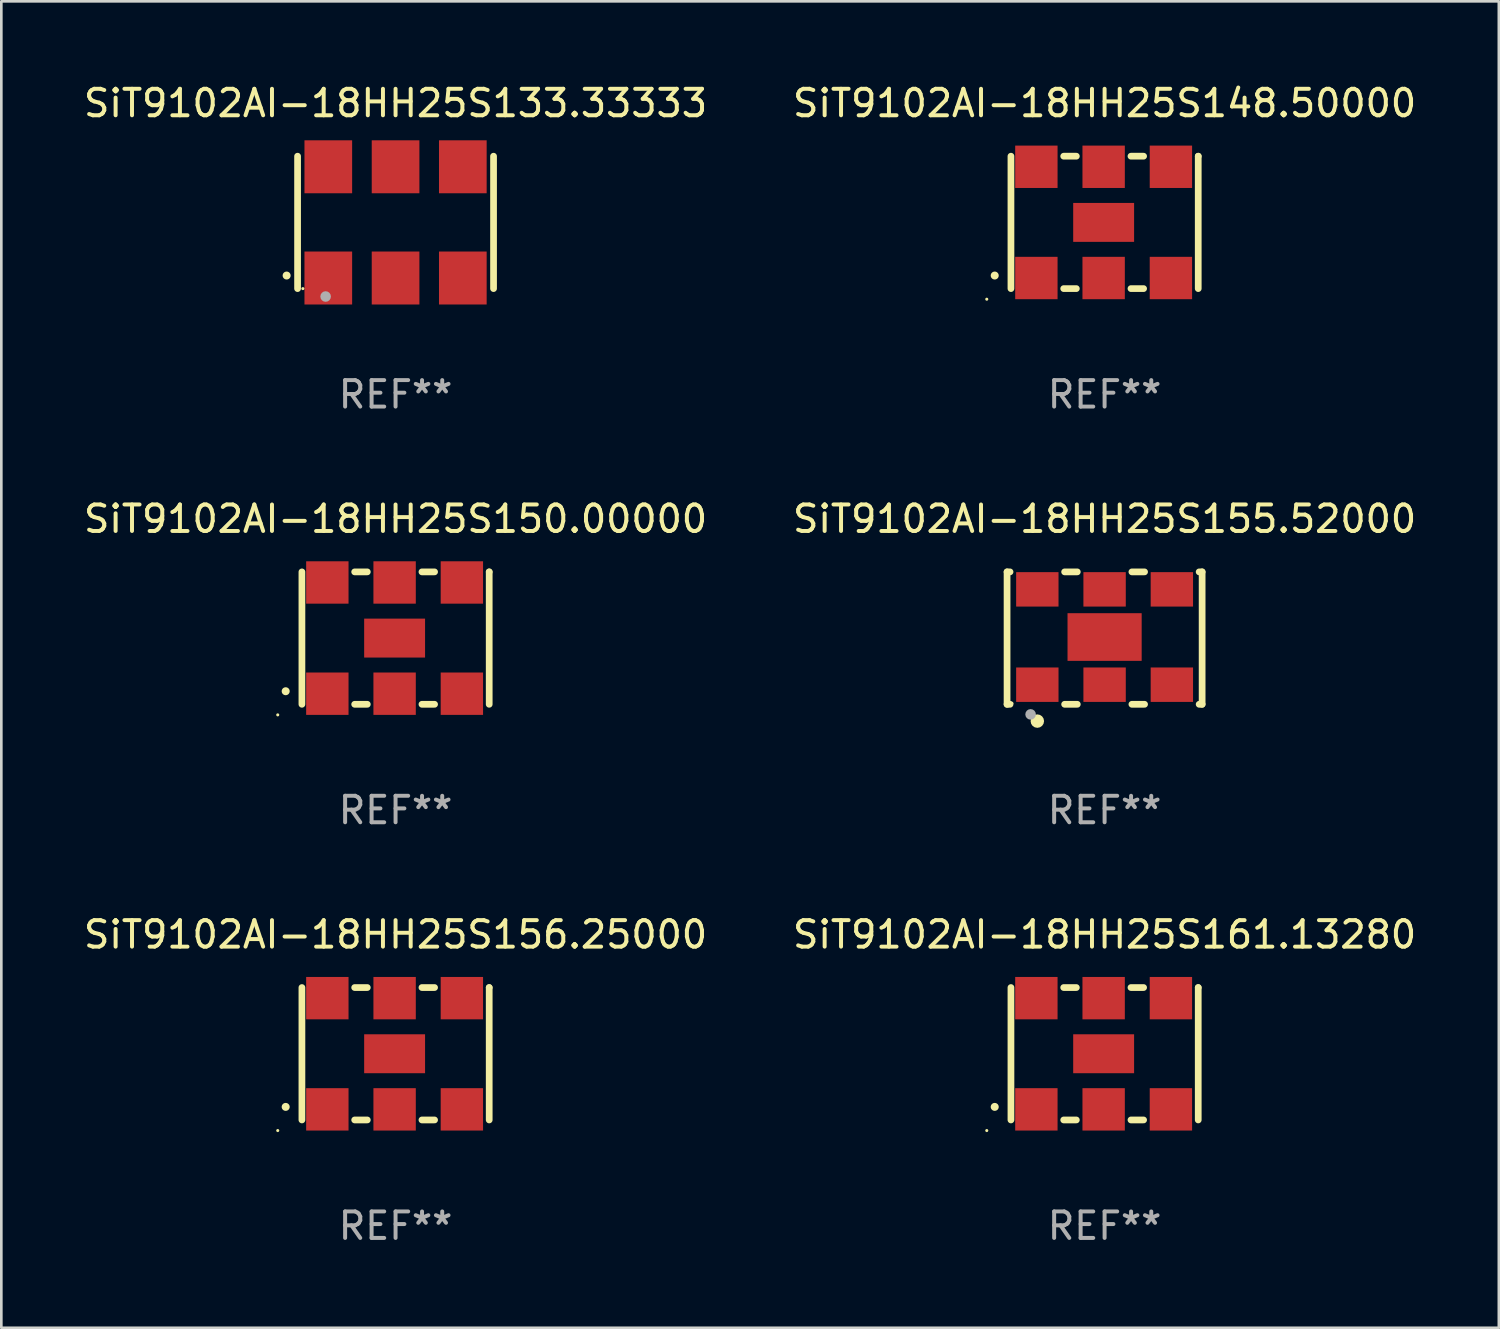
<source format=kicad_pcb>
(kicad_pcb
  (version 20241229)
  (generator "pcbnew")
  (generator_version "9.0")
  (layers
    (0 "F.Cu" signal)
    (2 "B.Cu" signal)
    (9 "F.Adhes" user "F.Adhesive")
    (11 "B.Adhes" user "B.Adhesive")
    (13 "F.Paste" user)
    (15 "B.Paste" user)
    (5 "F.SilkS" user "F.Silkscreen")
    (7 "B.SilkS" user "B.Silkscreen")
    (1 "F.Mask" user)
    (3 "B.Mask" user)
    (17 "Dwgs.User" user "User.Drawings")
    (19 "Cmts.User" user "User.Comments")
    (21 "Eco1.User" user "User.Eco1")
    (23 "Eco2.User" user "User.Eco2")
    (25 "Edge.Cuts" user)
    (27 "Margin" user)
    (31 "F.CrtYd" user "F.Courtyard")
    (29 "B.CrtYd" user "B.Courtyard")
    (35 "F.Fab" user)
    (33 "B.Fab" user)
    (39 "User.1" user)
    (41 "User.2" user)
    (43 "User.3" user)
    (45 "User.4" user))
  (footprint "SiT9102AI-18HH25S133.33333"
    (layer "F.Cu")
    (at 11.887 5.348)
    (property "Reference" "SiT9102AI-18HH25S133.33333" (at 0 -4.5 0) (layer "F.SilkS") (effects (font (size 1 1) (thickness 0.15))))
    (attr through_hole)
    (fp_line (start -3.7 -2.5) (end -3.7 2.5) (stroke (width 0.254) (type solid)) (layer "F.SilkS"))
    (fp_line (start 3.7 -2.5) (end 3.7 2.5) (stroke (width 0.254) (type solid)) (layer "F.SilkS"))
    (fp_arc (start -4.114415 2.006604) (mid -4.113145 2.006599) (end -4.111875 2.006604) (stroke (width 0.3) (type solid)) (layer "F.SilkS"))
    (fp_circle (center -3.5 2.501) (end -3.47 2.501) (stroke (width 0.06) (type solid)) (fill no) (layer "F.SilkS"))
    (fp_circle (center -2.641 2.799) (end -2.541 2.799) (stroke (width 0.2) (type solid)) (fill no) (layer "F.Fab"))
    (fp_text user "REF**" (at 0 6.5 0) (layer "F.Fab") (effects (font (size 1 1) (thickness 0.15))))
    (pad "1" smd rect (at -2.54 2.1) (size 1.8 2) (layers "F.Cu" "F.Mask" "F.Paste"))
    (pad "2" smd rect (at 0.000394 2.1) (size 1.8 2) (layers "F.Cu" "F.Mask" "F.Paste"))
    (pad "3" smd rect (at 2.54 2.1) (size 1.8 2) (layers "F.Cu" "F.Mask" "F.Paste"))
    (pad "4" smd rect (at 2.54 -2.1) (size 1.8 2) (layers "F.Cu" "F.Mask" "F.Paste"))
    (pad "5" smd rect (at 0.000394 -2.1) (size 1.8 2) (layers "F.Cu" "F.Mask" "F.Paste"))
    (pad "6" smd rect (at -2.54 -2.1) (size 1.8 2) (layers "F.Cu" "F.Mask" "F.Paste")))
  (footprint "SiT9102AI-18HH25S161.13280"
    (layer "F.Cu")
    (at 38.661 36.741)
    (property "Reference" "SiT9102AI-18HH25S161.13280" (at 0 -4.5 0) (layer "F.SilkS") (effects (font (size 1 1) (thickness 0.15))))
    (attr through_hole)
    (fp_line (start -3.536 -2.5) (end -3.536 2.5) (stroke (width 0.254) (type solid)) (layer "F.SilkS"))
    (fp_line (start -1.544 2.5) (end -1.067 2.5) (stroke (width 0.254) (type solid)) (layer "F.SilkS"))
    (fp_line (start -1.067 -2.5) (end -1.544 -2.5) (stroke (width 0.254) (type solid)) (layer "F.SilkS"))
    (fp_line (start 0.996 2.5) (end 1.473 2.5) (stroke (width 0.254) (type solid)) (layer "F.SilkS"))
    (fp_line (start 1.473 -2.5) (end 0.996 -2.5) (stroke (width 0.254) (type solid)) (layer "F.SilkS"))
    (fp_line (start 3.536 -2.5) (end 3.536 -2.5) (stroke (width 0.254) (type solid)) (layer "F.SilkS"))
    (fp_line (start 3.536 2.5) (end 3.536 -2.5) (stroke (width 0.254) (type solid)) (layer "F.SilkS"))
    (fp_arc (start -4.150432 2.006604) (mid -4.149162 2.006599) (end -4.147892 2.006604) (stroke (width 0.3) (type solid)) (layer "F.SilkS"))
    (fp_circle (center -4.449 2.9) (end -4.419 2.9) (stroke (width 0.06) (type solid)) (fill no) (layer "F.SilkS"))
    (fp_text user "REF**" (at 0 6.5 0) (layer "F.Fab") (effects (font (size 1 1) (thickness 0.15))))
    (pad "1" smd rect (at -2.576 2.1) (size 1.6 1.6) (layers "F.Cu" "F.Mask" "F.Paste"))
    (pad "2" smd rect (at -0.036 2.1) (size 1.6 1.6) (layers "F.Cu" "F.Mask" "F.Paste"))
    (pad "3" smd rect (at 2.504 2.1) (size 1.6 1.6) (layers "F.Cu" "F.Mask" "F.Paste"))
    (pad "4" smd rect (at 2.504 -2.1) (size 1.6 1.6) (layers "F.Cu" "F.Mask" "F.Paste"))
    (pad "5" smd rect (at -0.036 -2.1) (size 1.6 1.6) (layers "F.Cu" "F.Mask" "F.Paste"))
    (pad "6" smd rect (at -2.576 -2.1) (size 1.6 1.6) (layers "F.Cu" "F.Mask" "F.Paste"))
    (pad "7" smd rect (at -0.036 0) (size 2.3 1.47) (layers "F.Cu" "F.Mask" "F.Paste")))
  (footprint "SiT9102AI-18HH25S148.50000"
    (layer "F.Cu")
    (at 38.661 5.348)
    (property "Reference" "SiT9102AI-18HH25S148.50000" (at 0 -4.5 0) (layer "F.SilkS") (effects (font (size 1 1) (thickness 0.15))))
    (attr through_hole)
    (fp_line (start -3.536 -2.5) (end -3.536 2.5) (stroke (width 0.254) (type solid)) (layer "F.SilkS"))
    (fp_line (start -1.544 2.5) (end -1.067 2.5) (stroke (width 0.254) (type solid)) (layer "F.SilkS"))
    (fp_line (start -1.067 -2.5) (end -1.544 -2.5) (stroke (width 0.254) (type solid)) (layer "F.SilkS"))
    (fp_line (start 0.996 2.5) (end 1.473 2.5) (stroke (width 0.254) (type solid)) (layer "F.SilkS"))
    (fp_line (start 1.473 -2.5) (end 0.996 -2.5) (stroke (width 0.254) (type solid)) (layer "F.SilkS"))
    (fp_line (start 3.536 -2.5) (end 3.536 -2.5) (stroke (width 0.254) (type solid)) (layer "F.SilkS"))
    (fp_line (start 3.536 2.5) (end 3.536 -2.5) (stroke (width 0.254) (type solid)) (layer "F.SilkS"))
    (fp_arc (start -4.150432 2.006604) (mid -4.149162 2.006599) (end -4.147892 2.006604) (stroke (width 0.3) (type solid)) (layer "F.SilkS"))
    (fp_circle (center -4.449 2.9) (end -4.419 2.9) (stroke (width 0.06) (type solid)) (fill no) (layer "F.SilkS"))
    (fp_text user "REF**" (at 0 6.5 0) (layer "F.Fab") (effects (font (size 1 1) (thickness 0.15))))
    (pad "1" smd rect (at -2.576 2.1) (size 1.6 1.6) (layers "F.Cu" "F.Mask" "F.Paste"))
    (pad "2" smd rect (at -0.036 2.1) (size 1.6 1.6) (layers "F.Cu" "F.Mask" "F.Paste"))
    (pad "3" smd rect (at 2.504 2.1) (size 1.6 1.6) (layers "F.Cu" "F.Mask" "F.Paste"))
    (pad "4" smd rect (at 2.504 -2.1) (size 1.6 1.6) (layers "F.Cu" "F.Mask" "F.Paste"))
    (pad "5" smd rect (at -0.036 -2.1) (size 1.6 1.6) (layers "F.Cu" "F.Mask" "F.Paste"))
    (pad "6" smd rect (at -2.576 -2.1) (size 1.6 1.6) (layers "F.Cu" "F.Mask" "F.Paste"))
    (pad "7" smd rect (at -0.036 0) (size 2.3 1.47) (layers "F.Cu" "F.Mask" "F.Paste")))
  (footprint "SiT9102AI-18HH25S156.25000"
    (layer "F.Cu")
    (at 11.887 36.741)
    (property "Reference" "SiT9102AI-18HH25S156.25000" (at 0 -4.5 0) (layer "F.SilkS") (effects (font (size 1 1) (thickness 0.15))))
    (attr through_hole)
    (fp_line (start -3.536 -2.5) (end -3.536 2.5) (stroke (width 0.254) (type solid)) (layer "F.SilkS"))
    (fp_line (start -1.544 2.5) (end -1.067 2.5) (stroke (width 0.254) (type solid)) (layer "F.SilkS"))
    (fp_line (start -1.067 -2.5) (end -1.544 -2.5) (stroke (width 0.254) (type solid)) (layer "F.SilkS"))
    (fp_line (start 0.996 2.5) (end 1.473 2.5) (stroke (width 0.254) (type solid)) (layer "F.SilkS"))
    (fp_line (start 1.473 -2.5) (end 0.996 -2.5) (stroke (width 0.254) (type solid)) (layer "F.SilkS"))
    (fp_line (start 3.536 -2.5) (end 3.536 -2.5) (stroke (width 0.254) (type solid)) (layer "F.SilkS"))
    (fp_line (start 3.536 2.5) (end 3.536 -2.5) (stroke (width 0.254) (type solid)) (layer "F.SilkS"))
    (fp_arc (start -4.150432 2.006604) (mid -4.149162 2.006599) (end -4.147892 2.006604) (stroke (width 0.3) (type solid)) (layer "F.SilkS"))
    (fp_circle (center -4.449 2.9) (end -4.419 2.9) (stroke (width 0.06) (type solid)) (fill no) (layer "F.SilkS"))
    (fp_text user "REF**" (at 0 6.5 0) (layer "F.Fab") (effects (font (size 1 1) (thickness 0.15))))
    (pad "1" smd rect (at -2.576 2.1) (size 1.6 1.6) (layers "F.Cu" "F.Mask" "F.Paste"))
    (pad "2" smd rect (at -0.036 2.1) (size 1.6 1.6) (layers "F.Cu" "F.Mask" "F.Paste"))
    (pad "3" smd rect (at 2.504 2.1) (size 1.6 1.6) (layers "F.Cu" "F.Mask" "F.Paste"))
    (pad "4" smd rect (at 2.504 -2.1) (size 1.6 1.6) (layers "F.Cu" "F.Mask" "F.Paste"))
    (pad "5" smd rect (at -0.036 -2.1) (size 1.6 1.6) (layers "F.Cu" "F.Mask" "F.Paste"))
    (pad "6" smd rect (at -2.576 -2.1) (size 1.6 1.6) (layers "F.Cu" "F.Mask" "F.Paste"))
    (pad "7" smd rect (at -0.036 0) (size 2.3 1.47) (layers "F.Cu" "F.Mask" "F.Paste")))
  (footprint "SiT9102AI-18HH25S150.00000"
    (layer "F.Cu")
    (at 11.887 21.045)
    (property "Reference" "SiT9102AI-18HH25S150.00000" (at 0 -4.5 0) (layer "F.SilkS") (effects (font (size 1 1) (thickness 0.15))))
    (attr through_hole)
    (fp_line (start -3.536 -2.5) (end -3.536 2.5) (stroke (width 0.254) (type solid)) (layer "F.SilkS"))
    (fp_line (start -1.544 2.5) (end -1.067 2.5) (stroke (width 0.254) (type solid)) (layer "F.SilkS"))
    (fp_line (start -1.067 -2.5) (end -1.544 -2.5) (stroke (width 0.254) (type solid)) (layer "F.SilkS"))
    (fp_line (start 0.996 2.5) (end 1.473 2.5) (stroke (width 0.254) (type solid)) (layer "F.SilkS"))
    (fp_line (start 1.473 -2.5) (end 0.996 -2.5) (stroke (width 0.254) (type solid)) (layer "F.SilkS"))
    (fp_line (start 3.536 -2.5) (end 3.536 -2.5) (stroke (width 0.254) (type solid)) (layer "F.SilkS"))
    (fp_line (start 3.536 2.5) (end 3.536 -2.5) (stroke (width 0.254) (type solid)) (layer "F.SilkS"))
    (fp_arc (start -4.150432 2.006604) (mid -4.149162 2.006599) (end -4.147892 2.006604) (stroke (width 0.3) (type solid)) (layer "F.SilkS"))
    (fp_circle (center -4.449 2.9) (end -4.419 2.9) (stroke (width 0.06) (type solid)) (fill no) (layer "F.SilkS"))
    (fp_text user "REF**" (at 0 6.5 0) (layer "F.Fab") (effects (font (size 1 1) (thickness 0.15))))
    (pad "1" smd rect (at -2.576 2.1) (size 1.6 1.6) (layers "F.Cu" "F.Mask" "F.Paste"))
    (pad "2" smd rect (at -0.036 2.1) (size 1.6 1.6) (layers "F.Cu" "F.Mask" "F.Paste"))
    (pad "3" smd rect (at 2.504 2.1) (size 1.6 1.6) (layers "F.Cu" "F.Mask" "F.Paste"))
    (pad "4" smd rect (at 2.504 -2.1) (size 1.6 1.6) (layers "F.Cu" "F.Mask" "F.Paste"))
    (pad "5" smd rect (at -0.036 -2.1) (size 1.6 1.6) (layers "F.Cu" "F.Mask" "F.Paste"))
    (pad "6" smd rect (at -2.576 -2.1) (size 1.6 1.6) (layers "F.Cu" "F.Mask" "F.Paste"))
    (pad "7" smd rect (at -0.036 0) (size 2.3 1.47) (layers "F.Cu" "F.Mask" "F.Paste")))
  (footprint "SiT9102AI-18HH25S155.52000"
    (layer "F.Cu")
    (at 38.661 21.045)
    (property "Reference" "SiT9102AI-18HH25S155.52000" (at 0 -4.5 0) (layer "F.SilkS") (effects (font (size 1 1) (thickness 0.15))))
    (attr through_hole)
    (fp_line (start -3.683 -2.5) (end -3.571 -2.5) (stroke (width 0.254) (type solid)) (layer "F.SilkS"))
    (fp_line (start -3.683 2.5) (end -3.683 -2.5) (stroke (width 0.254) (type solid)) (layer "F.SilkS"))
    (fp_line (start -3.683 2.5) (end -3.571 2.5) (stroke (width 0.254) (type solid)) (layer "F.SilkS"))
    (fp_line (start -1.509 -2.5) (end -1.031 -2.5) (stroke (width 0.254) (type solid)) (layer "F.SilkS"))
    (fp_line (start -1.509 2.5) (end -1.031 2.5) (stroke (width 0.254) (type solid)) (layer "F.SilkS"))
    (fp_line (start 1.031 -2.5) (end 1.509 -2.5) (stroke (width 0.254) (type solid)) (layer "F.SilkS"))
    (fp_line (start 1.031 2.5) (end 1.509 2.5) (stroke (width 0.254) (type solid)) (layer "F.SilkS"))
    (fp_line (start 3.571 -2.5) (end 3.683 -2.5) (stroke (width 0.254) (type solid)) (layer "F.SilkS"))
    (fp_line (start 3.571 2.5) (end 3.683 2.5) (stroke (width 0.254) (type solid)) (layer "F.SilkS"))
    (fp_line (start 3.683 2.5) (end 3.683 -2.5) (stroke (width 0.254) (type solid)) (layer "F.SilkS"))
    (fp_circle (center -3.5 2.46) (end -3.47 2.46) (stroke (width 0.06) (type solid)) (fill no) (layer "F.SilkS"))
    (fp_circle (center -2.54 3.135) (end -2.413 3.135) (stroke (width 0.254) (type solid)) (fill no) (layer "F.SilkS"))
    (fp_circle (center -2.794 2.881) (end -2.694 2.881) (stroke (width 0.2) (type solid)) (fill no) (layer "F.Fab"))
    (fp_text user "REF**" (at 0 6.5 0) (layer "F.Fab") (effects (font (size 1 1) (thickness 0.15))))
    (pad "1" smd rect (at -2.54 1.76) (size 1.6 1.3) (layers "F.Cu" "F.Mask" "F.Paste"))
    (pad "2" smd rect (at 0 1.76) (size 1.6 1.3) (layers "F.Cu" "F.Mask" "F.Paste"))
    (pad "3" smd rect (at 2.54 1.76) (size 1.6 1.3) (layers "F.Cu" "F.Mask" "F.Paste"))
    (pad "4" smd rect (at 2.54 -1.84) (size 1.6 1.3) (layers "F.Cu" "F.Mask" "F.Paste"))
    (pad "5" smd rect (at 0 -1.84) (size 1.6 1.3) (layers "F.Cu" "F.Mask" "F.Paste"))
    (pad "6" smd rect (at -2.54 -1.84) (size 1.6 1.3) (layers "F.Cu" "F.Mask" "F.Paste"))
    (pad "7" smd rect (at 0 -0.04) (size 2.8 1.8) (layers "F.Cu" "F.Mask" "F.Paste")))
  (gr_rect
    (start -3 -3)
    (end 53.548 47.09)
    (stroke (width 0.1) (type default))
    (fill no)
    (layer "Edge.Cuts")))
</source>
